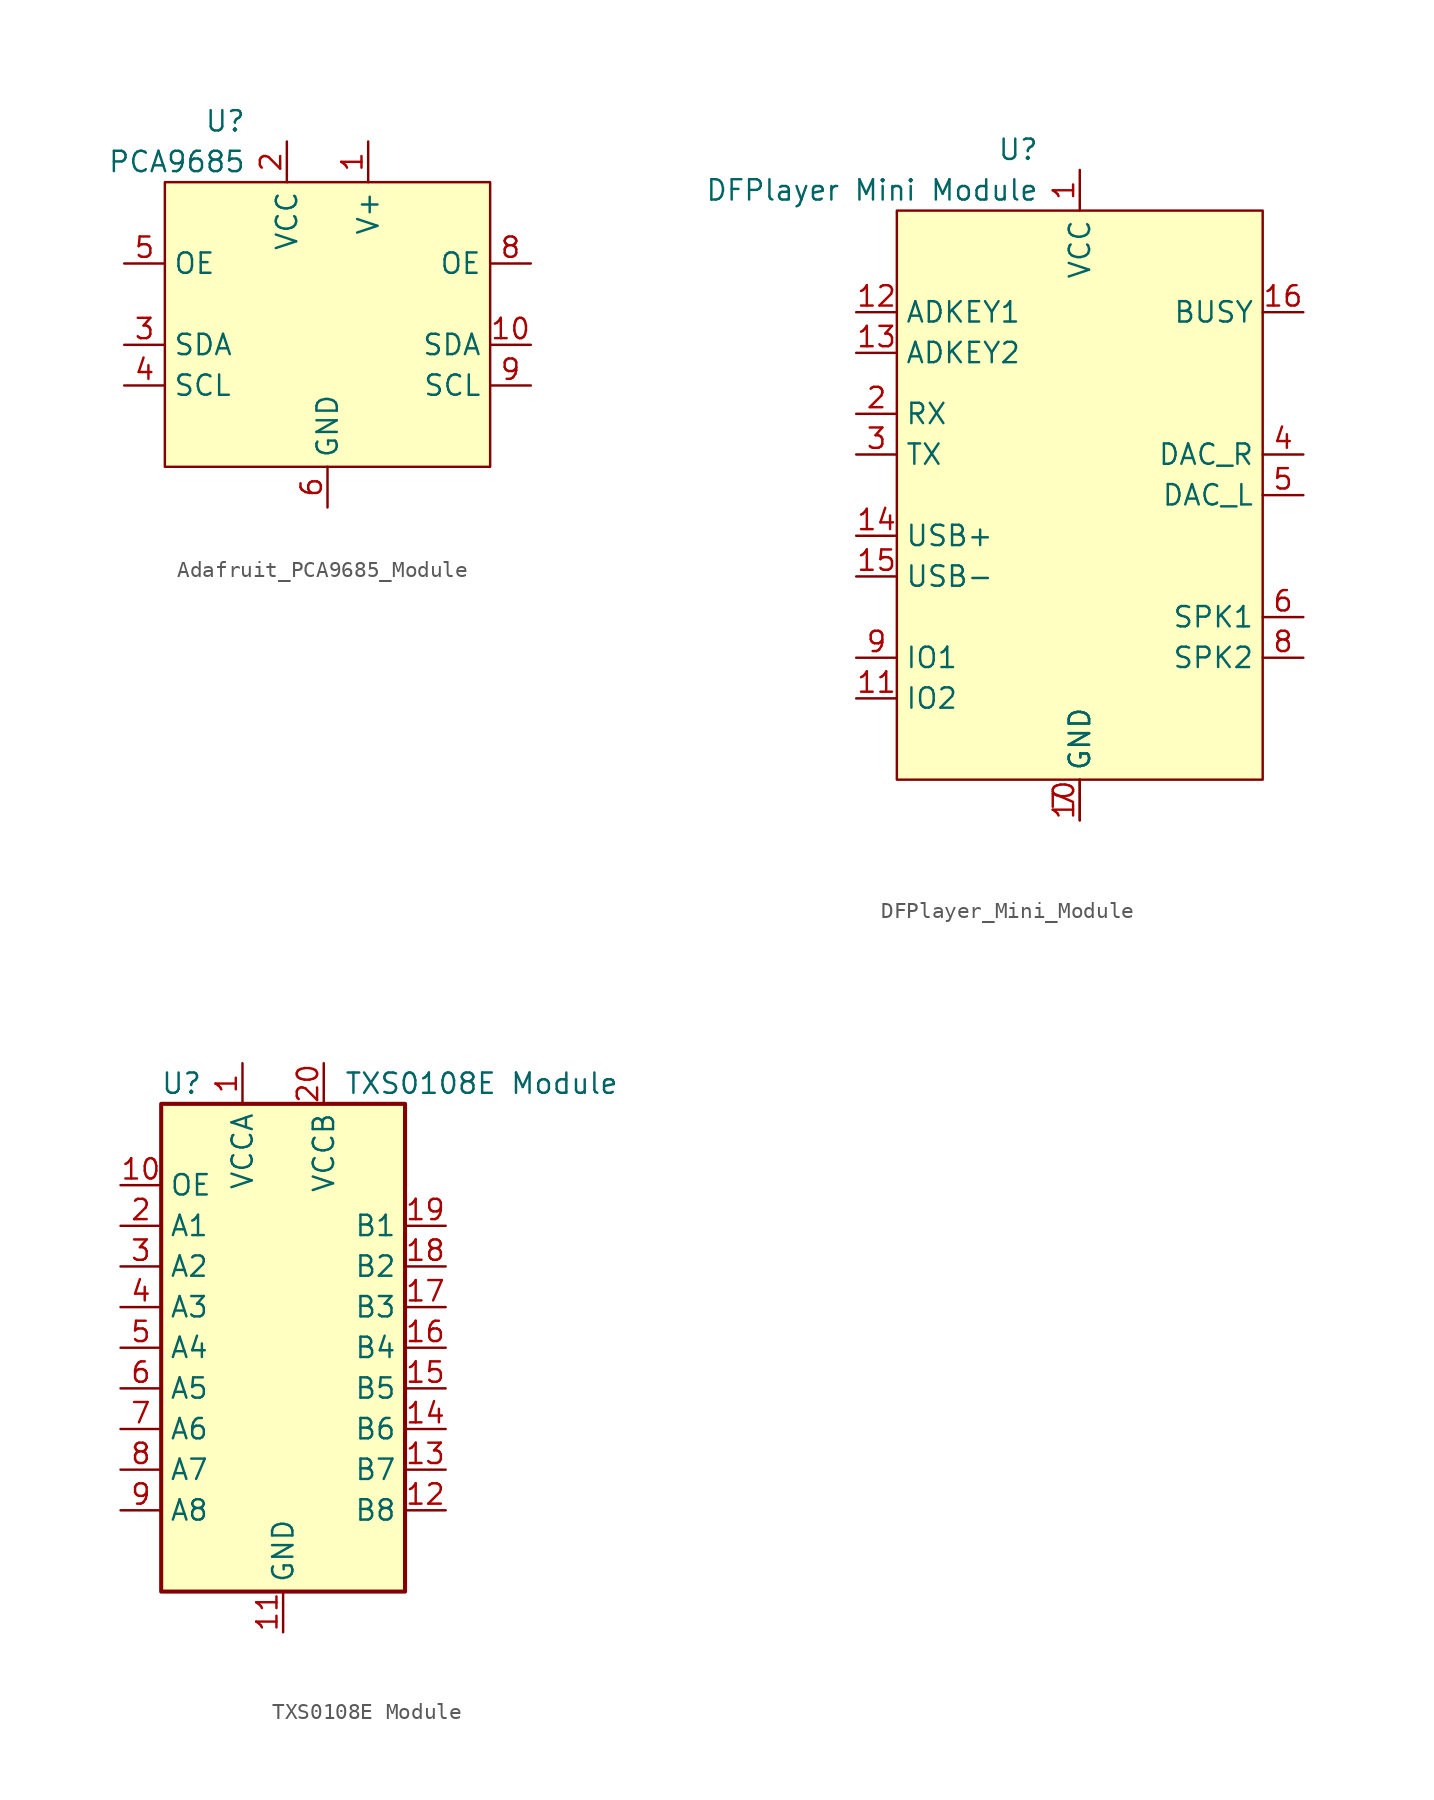
<source format=kicad_sym>
(kicad_symbol_lib
  (version 20220914)
  (generator kicad_symbol_editor)
  (symbol "Adafruit_PCA9685_Module"
    (property "Reference" "U"
      (at -5.08 12.7 0)
      (effects (font (size 1.27 1.27)) (justify right)))
    (property "Value" "PCA9685"
      (at -5.08 10.16 0)
      (effects (font (size 1.27 1.27)) (justify right)))
    (symbol "Adafruit_PCA9685_Module_1_1"
      (rectangle (start -10.16 8.89) (end 10.16 -8.89) (stroke (width 0) (type default)) (fill (type background)))
      (pin power_in line (at 2.54 11.43 270) (length 2.54) (name "V+" (effects (font (size 1.27 1.27)))) (number "1" (effects (font (size 1.27 1.27)))))
      (pin bidirectional line (at 12.7 -1.27 180) (length 2.54) (name "SDA" (effects (font (size 1.27 1.27)))) (number "10" (effects (font (size 1.27 1.27)))))
      (pin power_in line (at -2.54 11.43 270) (length 2.54) hide (name "VCC" (effects (font (size 1.27 1.27)))) (number "11" (effects (font (size 1.27 1.27)))))
      (pin power_in line (at 2.54 11.43 270) (length 2.54) hide (name "V+" (effects (font (size 1.27 1.27)))) (number "12" (effects (font (size 1.27 1.27)))))
      (pin power_in line (at -2.54 11.43 270) (length 2.54) (name "VCC" (effects (font (size 1.27 1.27)))) (number "2" (effects (font (size 1.27 1.27)))))
      (pin bidirectional line (at -12.7 -1.27 0) (length 2.54) (name "SDA" (effects (font (size 1.27 1.27)))) (number "3" (effects (font (size 1.27 1.27)))))
      (pin input line (at -12.7 -3.81 0) (length 2.54) (name "SCL" (effects (font (size 1.27 1.27)))) (number "4" (effects (font (size 1.27 1.27)))))
      (pin input line (at -12.7 3.81 0) (length 2.54) (name "OE" (effects (font (size 1.27 1.27)))) (number "5" (effects (font (size 1.27 1.27)))))
      (pin power_in line (at 0 -11.43 90) (length 2.54) (name "GND" (effects (font (size 1.27 1.27)))) (number "6" (effects (font (size 1.27 1.27)))))
      (pin power_in line (at 0 -11.43 90) (length 2.54) hide (name "GND" (effects (font (size 1.27 1.27)))) (number "7" (effects (font (size 1.27 1.27)))))
      (pin input line (at 12.7 3.81 180) (length 2.54) (name "OE" (effects (font (size 1.27 1.27)))) (number "8" (effects (font (size 1.27 1.27)))))
      (pin input line (at 12.7 -3.81 180) (length 2.54) (name "SCL" (effects (font (size 1.27 1.27)))) (number "9" (effects (font (size 1.27 1.27)))))))
  (symbol "DFPlayer_Mini_Module"
    (property "Reference" "U"
      (at -2.54 21.59 0)
      (effects (font (size 1.27 1.27)) (justify right)))
    (property "Value" "DFPlayer Mini Module"
      (at -2.54 19.05 0)
      (effects (font (size 1.27 1.27)) (justify right)))
    (symbol "DFPlayer_Mini_Module_1_1"
      (rectangle (start -11.43 17.78) (end 11.43 -17.78) (stroke (width 0) (type default)) (fill (type background)))
      (pin power_in line (at 0 20.32 270) (length 2.54) (name "VCC" (effects (font (size 1.27 1.27)))) (number "1" (effects (font (size 1.27 1.27)))))
      (pin power_in line (at 0 -20.32 90) (length 2.54) (name "GND" (effects (font (size 1.27 1.27)))) (number "10" (effects (font (size 1.27 1.27)))))
      (pin bidirectional line (at -13.97 -12.7 0) (length 2.54) (name "IO2" (effects (font (size 1.27 1.27)))) (number "11" (effects (font (size 1.27 1.27)))))
      (pin input line (at -13.97 11.43 0) (length 2.54) (name "ADKEY1" (effects (font (size 1.27 1.27)))) (number "12" (effects (font (size 1.27 1.27)))))
      (pin input line (at -13.97 8.89 0) (length 2.54) (name "ADKEY2" (effects (font (size 1.27 1.27)))) (number "13" (effects (font (size 1.27 1.27)))))
      (pin input line (at -13.97 -2.54 0) (length 2.54) (name "USB+" (effects (font (size 1.27 1.27)))) (number "14" (effects (font (size 1.27 1.27)))))
      (pin input line (at -13.97 -5.08 0) (length 2.54) (name "USB-" (effects (font (size 1.27 1.27)))) (number "15" (effects (font (size 1.27 1.27)))))
      (pin output line (at 13.97 11.43 180) (length 2.54) (name "BUSY" (effects (font (size 1.27 1.27)))) (number "16" (effects (font (size 1.27 1.27)))))
      (pin input line (at -13.97 5.08 0) (length 2.54) (name "RX" (effects (font (size 1.27 1.27)))) (number "2" (effects (font (size 1.27 1.27)))))
      (pin output line (at -13.97 2.54 0) (length 2.54) (name "TX" (effects (font (size 1.27 1.27)))) (number "3" (effects (font (size 1.27 1.27)))))
      (pin output line (at 13.97 2.54 180) (length 2.54) (name "DAC_R" (effects (font (size 1.27 1.27)))) (number "4" (effects (font (size 1.27 1.27)))))
      (pin output line (at 13.97 0 180) (length 2.54) (name "DAC_L" (effects (font (size 1.27 1.27)))) (number "5" (effects (font (size 1.27 1.27)))))
      (pin output line (at 13.97 -7.62 180) (length 2.54) (name "SPK1" (effects (font (size 1.27 1.27)))) (number "6" (effects (font (size 1.27 1.27)))))
      (pin power_in line (at 0 -20.32 90) (length 2.54) (name "GND" (effects (font (size 1.27 1.27)))) (number "7" (effects (font (size 1.27 1.27)))))
      (pin output line (at 13.97 -10.16 180) (length 2.54) (name "SPK2" (effects (font (size 1.27 1.27)))) (number "8" (effects (font (size 1.27 1.27)))))
      (pin bidirectional line (at -13.97 -10.16 0) (length 2.54) (name "IO1" (effects (font (size 1.27 1.27)))) (number "9" (effects (font (size 1.27 1.27)))))))
  (symbol "TXS0108E Module"
    (property "Reference" "U"
      (at -6.35 16.51 0)
      (effects (font (size 1.27 1.27))))
    (property "Value" "TXS0108E Module"
      (at 3.81 16.51 0)
      (effects (font (size 1.27 1.27)) (justify left)))
    (symbol "TXS0108E Module_0_1"
      (rectangle (start -7.62 15.24) (end 7.62 -15.24) (stroke (width 0.254) (type default)) (fill (type background))))
    (symbol "TXS0108E Module_1_1"
      (pin power_in line (at -2.54 17.78 270) (length 2.54) (name "VCCA" (effects (font (size 1.27 1.27)))) (number "1" (effects (font (size 1.27 1.27)))))
      (pin input line (at -10.16 10.16 0) (length 2.54) (name "OE" (effects (font (size 1.27 1.27)))) (number "10" (effects (font (size 1.27 1.27)))))
      (pin power_in line (at 0 -17.78 90) (length 2.54) (name "GND" (effects (font (size 1.27 1.27)))) (number "11" (effects (font (size 1.27 1.27)))))
      (pin bidirectional line (at 10.16 -10.16 180) (length 2.54) (name "B8" (effects (font (size 1.27 1.27)))) (number "12" (effects (font (size 1.27 1.27)))))
      (pin bidirectional line (at 10.16 -7.62 180) (length 2.54) (name "B7" (effects (font (size 1.27 1.27)))) (number "13" (effects (font (size 1.27 1.27)))))
      (pin bidirectional line (at 10.16 -5.08 180) (length 2.54) (name "B6" (effects (font (size 1.27 1.27)))) (number "14" (effects (font (size 1.27 1.27)))))
      (pin bidirectional line (at 10.16 -2.54 180) (length 2.54) (name "B5" (effects (font (size 1.27 1.27)))) (number "15" (effects (font (size 1.27 1.27)))))
      (pin bidirectional line (at 10.16 0 180) (length 2.54) (name "B4" (effects (font (size 1.27 1.27)))) (number "16" (effects (font (size 1.27 1.27)))))
      (pin bidirectional line (at 10.16 2.54 180) (length 2.54) (name "B3" (effects (font (size 1.27 1.27)))) (number "17" (effects (font (size 1.27 1.27)))))
      (pin bidirectional line (at 10.16 5.08 180) (length 2.54) (name "B2" (effects (font (size 1.27 1.27)))) (number "18" (effects (font (size 1.27 1.27)))))
      (pin bidirectional line (at 10.16 7.62 180) (length 2.54) (name "B1" (effects (font (size 1.27 1.27)))) (number "19" (effects (font (size 1.27 1.27)))))
      (pin bidirectional line (at -10.16 7.62 0) (length 2.54) (name "A1" (effects (font (size 1.27 1.27)))) (number "2" (effects (font (size 1.27 1.27)))))
      (pin power_in line (at 2.54 17.78 270) (length 2.54) (name "VCCB" (effects (font (size 1.27 1.27)))) (number "20" (effects (font (size 1.27 1.27)))))
      (pin bidirectional line (at -10.16 5.08 0) (length 2.54) (name "A2" (effects (font (size 1.27 1.27)))) (number "3" (effects (font (size 1.27 1.27)))))
      (pin bidirectional line (at -10.16 2.54 0) (length 2.54) (name "A3" (effects (font (size 1.27 1.27)))) (number "4" (effects (font (size 1.27 1.27)))))
      (pin bidirectional line (at -10.16 0 0) (length 2.54) (name "A4" (effects (font (size 1.27 1.27)))) (number "5" (effects (font (size 1.27 1.27)))))
      (pin bidirectional line (at -10.16 -2.54 0) (length 2.54) (name "A5" (effects (font (size 1.27 1.27)))) (number "6" (effects (font (size 1.27 1.27)))))
      (pin bidirectional line (at -10.16 -5.08 0) (length 2.54) (name "A6" (effects (font (size 1.27 1.27)))) (number "7" (effects (font (size 1.27 1.27)))))
      (pin bidirectional line (at -10.16 -7.62 0) (length 2.54) (name "A7" (effects (font (size 1.27 1.27)))) (number "8" (effects (font (size 1.27 1.27)))))
      (pin bidirectional line (at -10.16 -10.16 0) (length 2.54) (name "A8" (effects (font (size 1.27 1.27)))) (number "9" (effects (font (size 1.27 1.27))))))))
</source>
